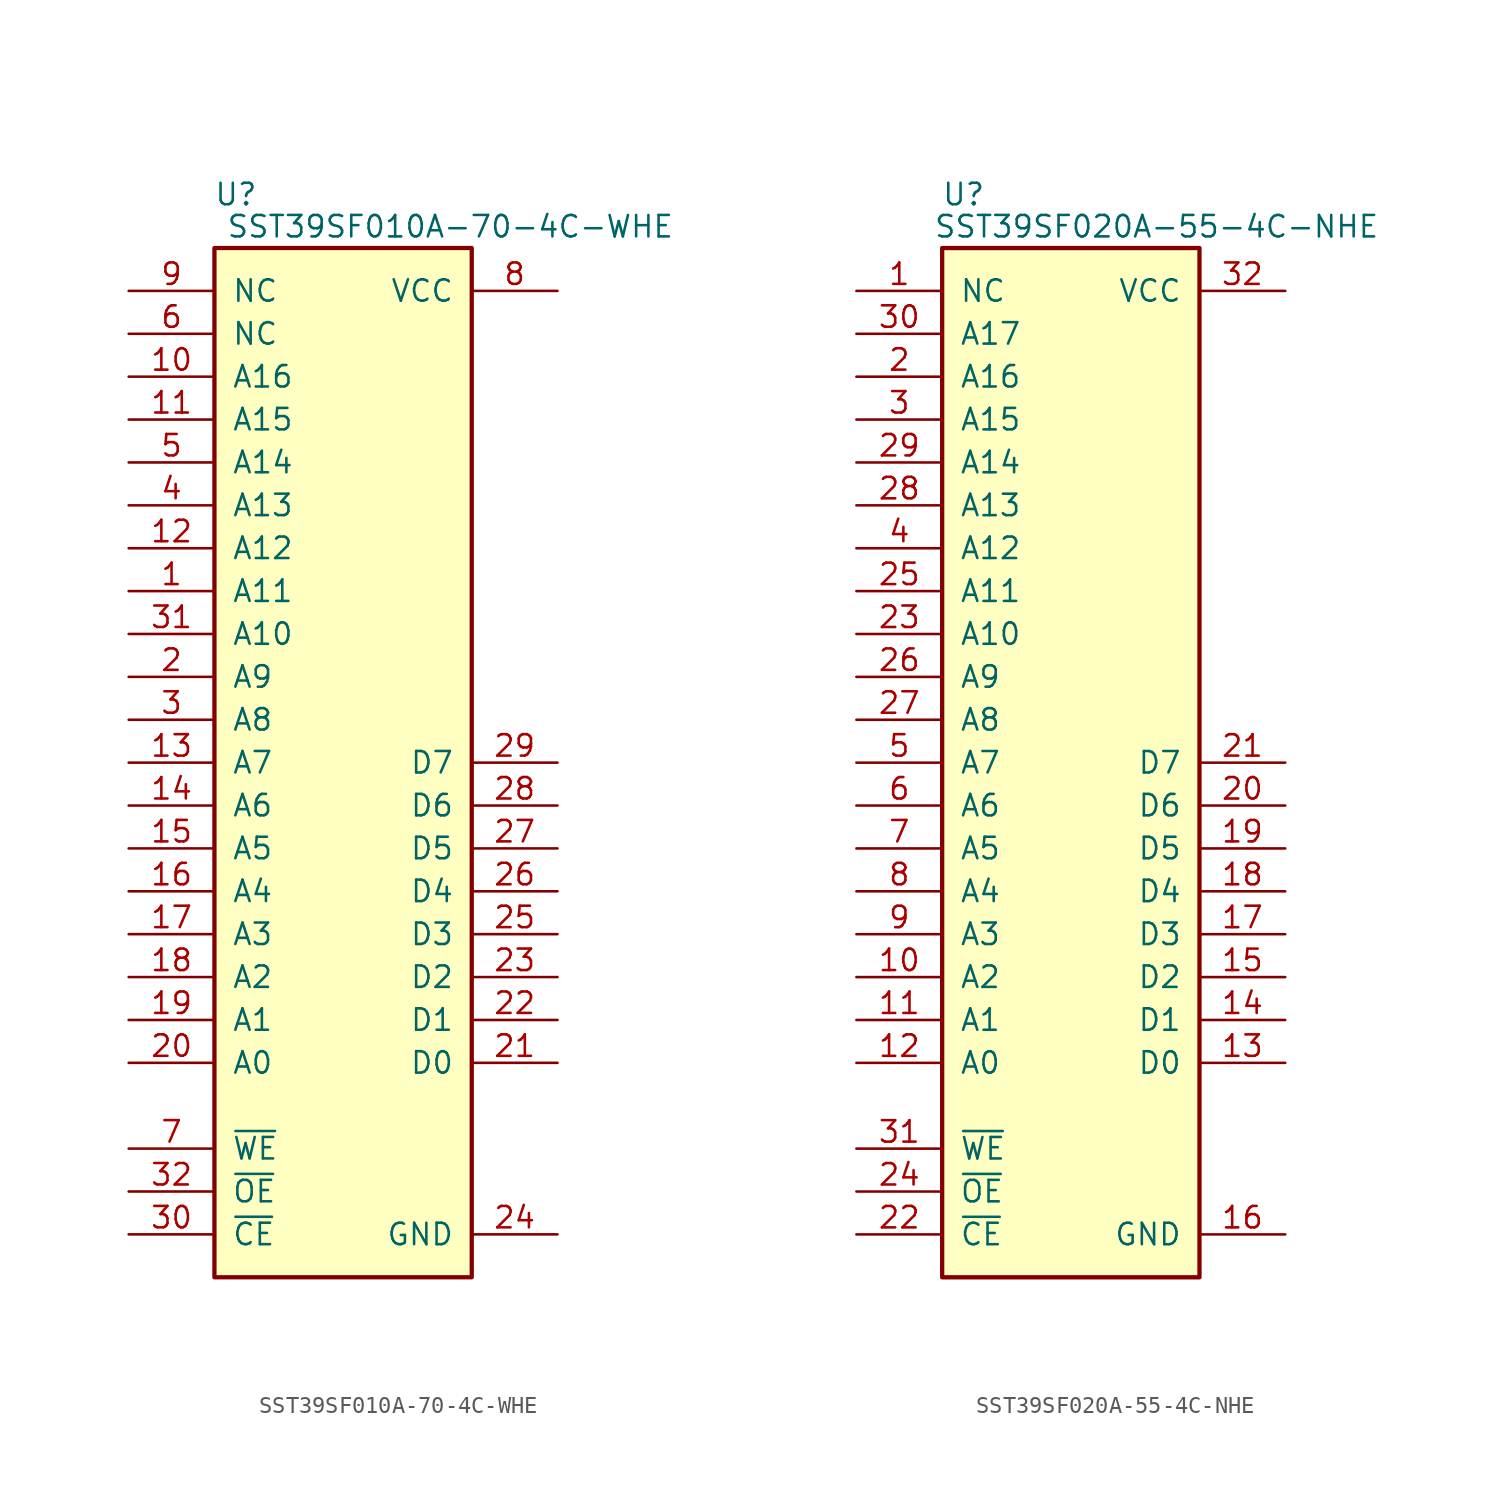
<source format=kicad_sym>
(kicad_symbol_lib
  (version 20211014)
  (generator kicad_symbol_editor)
  (symbol "SST39SF010A-70-4C-WHE"
    (pin_names
      (offset 1.016))
    (property "Reference" "U"
      (at 1.27 3.175 0)
      (effects (font (size 1.27 1.27))))
    (property "Value" "SST39SF010A-70-4C-WHE"
      (at 13.97 1.27 0)
      (effects (font (size 1.27 1.27))))
    (symbol "SST39SF010A-70-4C-WHE_0_0"
      (pin passive line (at 20.32 -2.54 180) (length 5.08) (name "VCC" (effects (font (size 1.27 1.27)))) (number "8" (effects (font (size 1.27 1.27))))))
    (symbol "SST39SF010A-70-4C-WHE_0_1"
      (rectangle (start 0 0) (end 15.24 -60.96) (stroke (width 0.254) (type default) (color 0 0 0 0)) (fill (type background))))
    (symbol "SST39SF010A-70-4C-WHE_1_0"
      (pin passive line (at 20.32 -58.42 180) (length 5.08) (name "GND" (effects (font (size 1.27 1.27)))) (number "24" (effects (font (size 1.27 1.27))))))
    (symbol "SST39SF010A-70-4C-WHE_1_1"
      (pin input line (at -5.08 -20.32 0) (length 5.08) (name "A11" (effects (font (size 1.27 1.27)))) (number "1" (effects (font (size 1.27 1.27)))))
      (pin input line (at -5.08 -7.62 0) (length 5.08) (name "A16" (effects (font (size 1.27 1.27)))) (number "10" (effects (font (size 1.27 1.27)))))
      (pin input line (at -5.08 -10.16 0) (length 5.08) (name "A15" (effects (font (size 1.27 1.27)))) (number "11" (effects (font (size 1.27 1.27)))))
      (pin input line (at -5.08 -17.78 0) (length 5.08) (name "A12" (effects (font (size 1.27 1.27)))) (number "12" (effects (font (size 1.27 1.27)))))
      (pin input line (at -5.08 -30.48 0) (length 5.08) (name "A7" (effects (font (size 1.27 1.27)))) (number "13" (effects (font (size 1.27 1.27)))))
      (pin input line (at -5.08 -33.02 0) (length 5.08) (name "A6" (effects (font (size 1.27 1.27)))) (number "14" (effects (font (size 1.27 1.27)))))
      (pin input line (at -5.08 -35.56 0) (length 5.08) (name "A5" (effects (font (size 1.27 1.27)))) (number "15" (effects (font (size 1.27 1.27)))))
      (pin input line (at -5.08 -38.1 0) (length 5.08) (name "A4" (effects (font (size 1.27 1.27)))) (number "16" (effects (font (size 1.27 1.27)))))
      (pin input line (at -5.08 -40.64 0) (length 5.08) (name "A3" (effects (font (size 1.27 1.27)))) (number "17" (effects (font (size 1.27 1.27)))))
      (pin input line (at -5.08 -43.18 0) (length 5.08) (name "A2" (effects (font (size 1.27 1.27)))) (number "18" (effects (font (size 1.27 1.27)))))
      (pin input line (at -5.08 -45.72 0) (length 5.08) (name "A1" (effects (font (size 1.27 1.27)))) (number "19" (effects (font (size 1.27 1.27)))))
      (pin input line (at -5.08 -25.4 0) (length 5.08) (name "A9" (effects (font (size 1.27 1.27)))) (number "2" (effects (font (size 1.27 1.27)))))
      (pin input line (at -5.08 -48.26 0) (length 5.08) (name "A0" (effects (font (size 1.27 1.27)))) (number "20" (effects (font (size 1.27 1.27)))))
      (pin tri_state line (at 20.32 -48.26 180) (length 5.08) (name "D0" (effects (font (size 1.27 1.27)))) (number "21" (effects (font (size 1.27 1.27)))))
      (pin tri_state line (at 20.32 -45.72 180) (length 5.08) (name "D1" (effects (font (size 1.27 1.27)))) (number "22" (effects (font (size 1.27 1.27)))))
      (pin tri_state line (at 20.32 -43.18 180) (length 5.08) (name "D2" (effects (font (size 1.27 1.27)))) (number "23" (effects (font (size 1.27 1.27)))))
      (pin tri_state line (at 20.32 -40.64 180) (length 5.08) (name "D3" (effects (font (size 1.27 1.27)))) (number "25" (effects (font (size 1.27 1.27)))))
      (pin tri_state line (at 20.32 -38.1 180) (length 5.08) (name "D4" (effects (font (size 1.27 1.27)))) (number "26" (effects (font (size 1.27 1.27)))))
      (pin tri_state line (at 20.32 -35.56 180) (length 5.08) (name "D5" (effects (font (size 1.27 1.27)))) (number "27" (effects (font (size 1.27 1.27)))))
      (pin tri_state line (at 20.32 -33.02 180) (length 5.08) (name "D6" (effects (font (size 1.27 1.27)))) (number "28" (effects (font (size 1.27 1.27)))))
      (pin tri_state line (at 20.32 -30.48 180) (length 5.08) (name "D7" (effects (font (size 1.27 1.27)))) (number "29" (effects (font (size 1.27 1.27)))))
      (pin input line (at -5.08 -27.94 0) (length 5.08) (name "A8" (effects (font (size 1.27 1.27)))) (number "3" (effects (font (size 1.27 1.27)))))
      (pin passive line (at -5.08 -58.42 0) (length 5.08) (name "~{CE}" (effects (font (size 1.27 1.27)))) (number "30" (effects (font (size 1.27 1.27)))))
      (pin input line (at -5.08 -22.86 0) (length 5.08) (name "A10" (effects (font (size 1.27 1.27)))) (number "31" (effects (font (size 1.27 1.27)))))
      (pin passive line (at -5.08 -55.88 0) (length 5.08) (name "~{OE}" (effects (font (size 1.27 1.27)))) (number "32" (effects (font (size 1.27 1.27)))))
      (pin input line (at -5.08 -15.24 0) (length 5.08) (name "A13" (effects (font (size 1.27 1.27)))) (number "4" (effects (font (size 1.27 1.27)))))
      (pin input line (at -5.08 -12.7 0) (length 5.08) (name "A14" (effects (font (size 1.27 1.27)))) (number "5" (effects (font (size 1.27 1.27)))))
      (pin input line (at -5.08 -5.08 0) (length 5.08) (name "NC" (effects (font (size 1.27 1.27)))) (number "6" (effects (font (size 1.27 1.27)))))
      (pin passive line (at -5.08 -53.34 0) (length 5.08) (name "~{WE}" (effects (font (size 1.27 1.27)))) (number "7" (effects (font (size 1.27 1.27)))))
      (pin input line (at -5.08 -2.54 0) (length 5.08) (name "NC" (effects (font (size 1.27 1.27)))) (number "9" (effects (font (size 1.27 1.27)))))))
  (symbol "SST39SF020A-55-4C-NHE"
    (pin_names
      (offset 1.016))
    (property "Reference" "U"
      (at 1.27 3.175 0)
      (effects (font (size 1.27 1.27))))
    (property "Value" "SST39SF020A-55-4C-NHE"
      (at 12.7 1.27 0)
      (effects (font (size 1.27 1.27))))
    (symbol "SST39SF020A-55-4C-NHE_0_0"
      (pin passive line (at 20.32 -2.54 180) (length 5.08) (name "VCC" (effects (font (size 1.27 1.27)))) (number "32" (effects (font (size 1.27 1.27))))))
    (symbol "SST39SF020A-55-4C-NHE_0_1"
      (rectangle (start 0 0) (end 15.24 -60.96) (stroke (width 0.254) (type default) (color 0 0 0 0)) (fill (type background))))
    (symbol "SST39SF020A-55-4C-NHE_1_0"
      (pin passive line (at 20.32 -58.42 180) (length 5.08) (name "GND" (effects (font (size 1.27 1.27)))) (number "16" (effects (font (size 1.27 1.27))))))
    (symbol "SST39SF020A-55-4C-NHE_1_1"
      (pin input line (at -5.08 -2.54 0) (length 5.08) (name "NC" (effects (font (size 1.27 1.27)))) (number "1" (effects (font (size 1.27 1.27)))))
      (pin input line (at -5.08 -43.18 0) (length 5.08) (name "A2" (effects (font (size 1.27 1.27)))) (number "10" (effects (font (size 1.27 1.27)))))
      (pin input line (at -5.08 -45.72 0) (length 5.08) (name "A1" (effects (font (size 1.27 1.27)))) (number "11" (effects (font (size 1.27 1.27)))))
      (pin input line (at -5.08 -48.26 0) (length 5.08) (name "A0" (effects (font (size 1.27 1.27)))) (number "12" (effects (font (size 1.27 1.27)))))
      (pin tri_state line (at 20.32 -48.26 180) (length 5.08) (name "D0" (effects (font (size 1.27 1.27)))) (number "13" (effects (font (size 1.27 1.27)))))
      (pin tri_state line (at 20.32 -45.72 180) (length 5.08) (name "D1" (effects (font (size 1.27 1.27)))) (number "14" (effects (font (size 1.27 1.27)))))
      (pin tri_state line (at 20.32 -43.18 180) (length 5.08) (name "D2" (effects (font (size 1.27 1.27)))) (number "15" (effects (font (size 1.27 1.27)))))
      (pin tri_state line (at 20.32 -40.64 180) (length 5.08) (name "D3" (effects (font (size 1.27 1.27)))) (number "17" (effects (font (size 1.27 1.27)))))
      (pin tri_state line (at 20.32 -38.1 180) (length 5.08) (name "D4" (effects (font (size 1.27 1.27)))) (number "18" (effects (font (size 1.27 1.27)))))
      (pin tri_state line (at 20.32 -35.56 180) (length 5.08) (name "D5" (effects (font (size 1.27 1.27)))) (number "19" (effects (font (size 1.27 1.27)))))
      (pin input line (at -5.08 -7.62 0) (length 5.08) (name "A16" (effects (font (size 1.27 1.27)))) (number "2" (effects (font (size 1.27 1.27)))))
      (pin tri_state line (at 20.32 -33.02 180) (length 5.08) (name "D6" (effects (font (size 1.27 1.27)))) (number "20" (effects (font (size 1.27 1.27)))))
      (pin tri_state line (at 20.32 -30.48 180) (length 5.08) (name "D7" (effects (font (size 1.27 1.27)))) (number "21" (effects (font (size 1.27 1.27)))))
      (pin passive line (at -5.08 -58.42 0) (length 5.08) (name "~{CE}" (effects (font (size 1.27 1.27)))) (number "22" (effects (font (size 1.27 1.27)))))
      (pin input line (at -5.08 -22.86 0) (length 5.08) (name "A10" (effects (font (size 1.27 1.27)))) (number "23" (effects (font (size 1.27 1.27)))))
      (pin passive line (at -5.08 -55.88 0) (length 5.08) (name "~{OE}" (effects (font (size 1.27 1.27)))) (number "24" (effects (font (size 1.27 1.27)))))
      (pin input line (at -5.08 -20.32 0) (length 5.08) (name "A11" (effects (font (size 1.27 1.27)))) (number "25" (effects (font (size 1.27 1.27)))))
      (pin input line (at -5.08 -25.4 0) (length 5.08) (name "A9" (effects (font (size 1.27 1.27)))) (number "26" (effects (font (size 1.27 1.27)))))
      (pin input line (at -5.08 -27.94 0) (length 5.08) (name "A8" (effects (font (size 1.27 1.27)))) (number "27" (effects (font (size 1.27 1.27)))))
      (pin input line (at -5.08 -15.24 0) (length 5.08) (name "A13" (effects (font (size 1.27 1.27)))) (number "28" (effects (font (size 1.27 1.27)))))
      (pin input line (at -5.08 -12.7 0) (length 5.08) (name "A14" (effects (font (size 1.27 1.27)))) (number "29" (effects (font (size 1.27 1.27)))))
      (pin input line (at -5.08 -10.16 0) (length 5.08) (name "A15" (effects (font (size 1.27 1.27)))) (number "3" (effects (font (size 1.27 1.27)))))
      (pin input line (at -5.08 -5.08 0) (length 5.08) (name "A17" (effects (font (size 1.27 1.27)))) (number "30" (effects (font (size 1.27 1.27)))))
      (pin passive line (at -5.08 -53.34 0) (length 5.08) (name "~{WE}" (effects (font (size 1.27 1.27)))) (number "31" (effects (font (size 1.27 1.27)))))
      (pin input line (at -5.08 -17.78 0) (length 5.08) (name "A12" (effects (font (size 1.27 1.27)))) (number "4" (effects (font (size 1.27 1.27)))))
      (pin input line (at -5.08 -30.48 0) (length 5.08) (name "A7" (effects (font (size 1.27 1.27)))) (number "5" (effects (font (size 1.27 1.27)))))
      (pin input line (at -5.08 -33.02 0) (length 5.08) (name "A6" (effects (font (size 1.27 1.27)))) (number "6" (effects (font (size 1.27 1.27)))))
      (pin input line (at -5.08 -35.56 0) (length 5.08) (name "A5" (effects (font (size 1.27 1.27)))) (number "7" (effects (font (size 1.27 1.27)))))
      (pin input line (at -5.08 -38.1 0) (length 5.08) (name "A4" (effects (font (size 1.27 1.27)))) (number "8" (effects (font (size 1.27 1.27)))))
      (pin input line (at -5.08 -40.64 0) (length 5.08) (name "A3" (effects (font (size 1.27 1.27)))) (number "9" (effects (font (size 1.27 1.27))))))))
</source>
